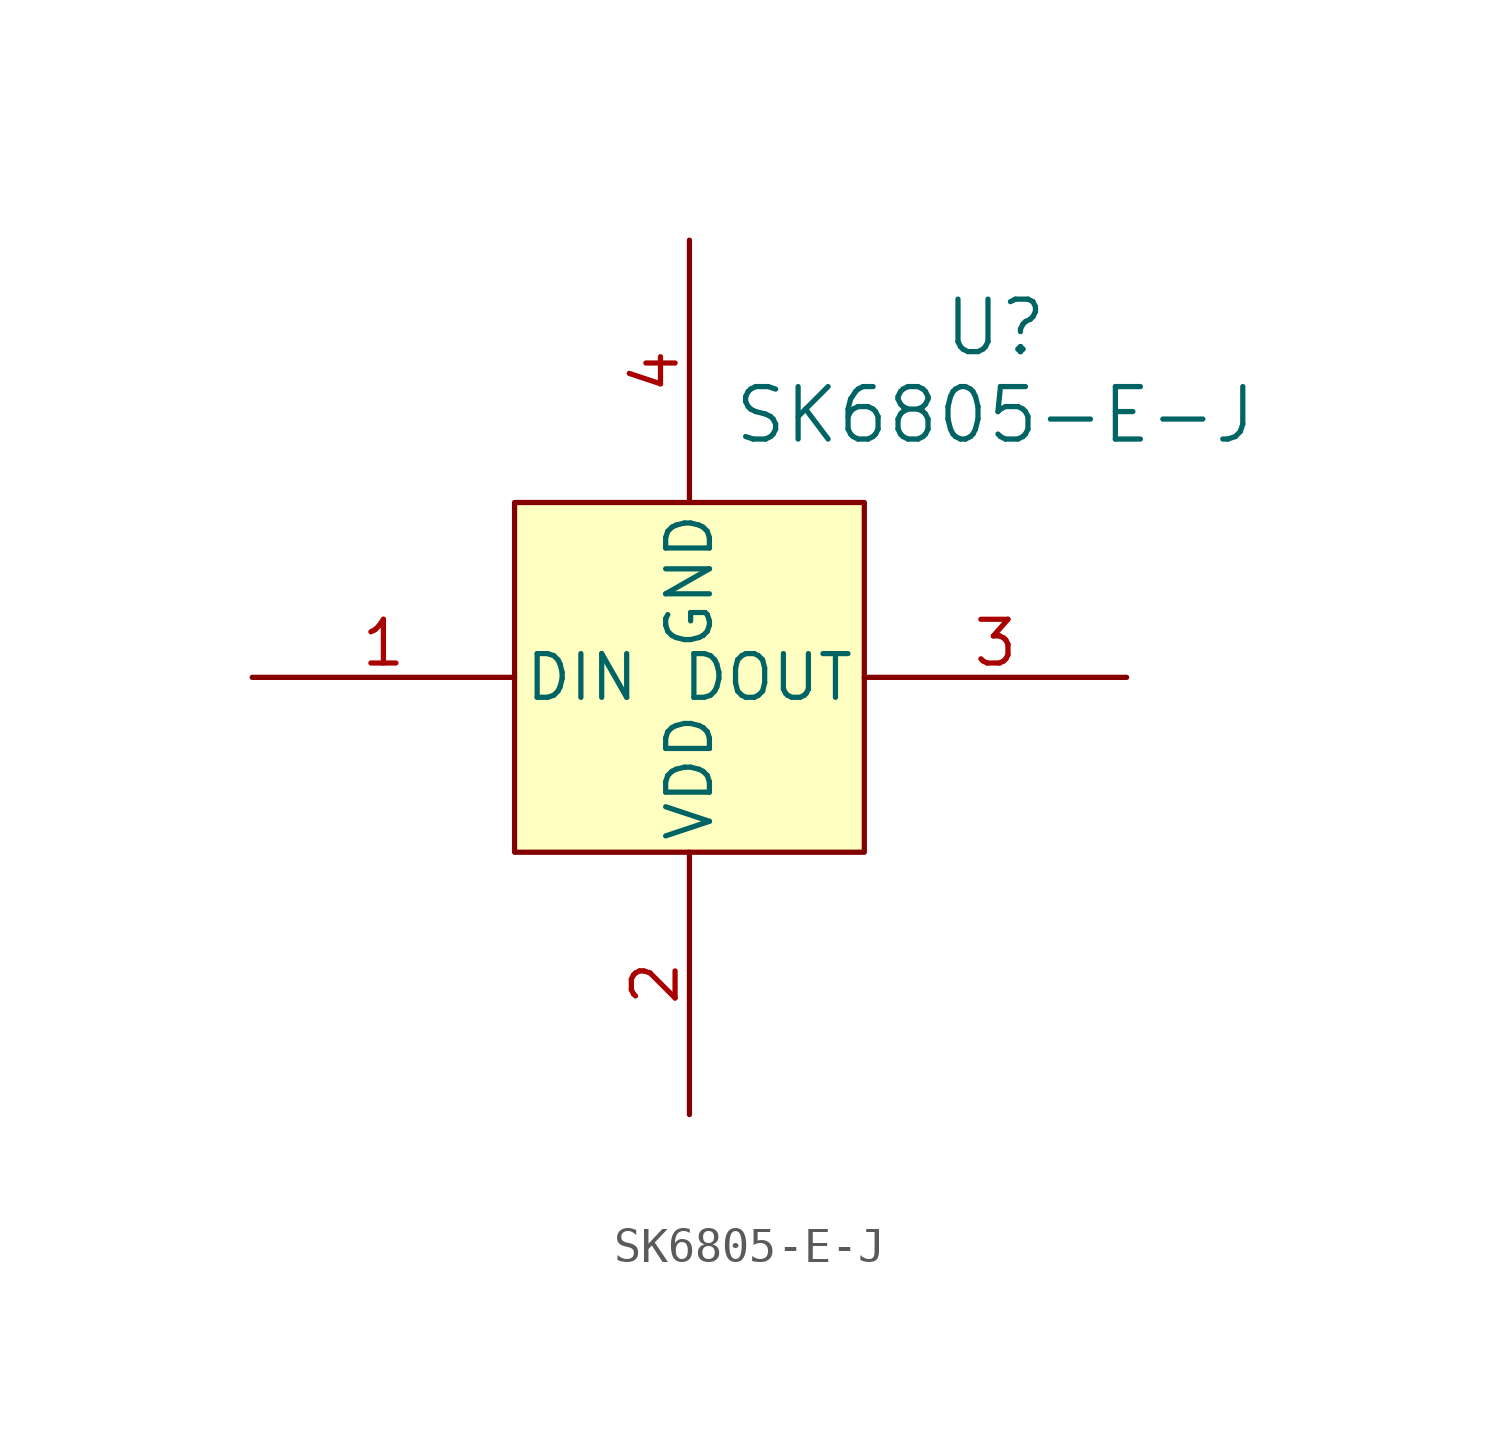
<source format=kicad_sym>
(kicad_symbol_lib
  (version 20211014)
  (generator kicad_symbol_editor)
  (symbol "SK6805-E-J"
    (pin_names
      (offset 0.254))
    (property "Reference" "U"
      (at 22.86 10.16 0)
      (effects (font (size 1.524 1.524))))
    (property "Value" "SK6805-E-J"
      (at 22.86 7.62 0)
      (effects (font (size 1.524 1.524))))
    (property "ki_locked" ""
      (at 0 0 0)
      (effects (font (size 1.27 1.27))))
    (symbol "SK6805-E-J_0_1"
      (rectangle (start 8.89 5.08) (end 19.05 -5.08) (stroke (width 0) (type default) (color 0 0 0 0)) (fill (type background)))
      (pin unspecified line (at 1.27 0 0) (length 7.62) (name "DIN" (effects (font (size 1.27 1.27)))) (number "1" (effects (font (size 1.27 1.27)))))
      (pin unspecified line (at 13.97 -12.7 90) (length 7.62) (name "VDD" (effects (font (size 1.27 1.27)))) (number "2" (effects (font (size 1.27 1.27)))))
      (pin unspecified line (at 26.67 0 180) (length 7.62) (name "DOUT" (effects (font (size 1.27 1.27)))) (number "3" (effects (font (size 1.27 1.27)))))
      (pin unspecified line (at 13.97 12.7 270) (length 7.62) (name "GND" (effects (font (size 1.27 1.27)))) (number "4" (effects (font (size 1.27 1.27))))))))
</source>
